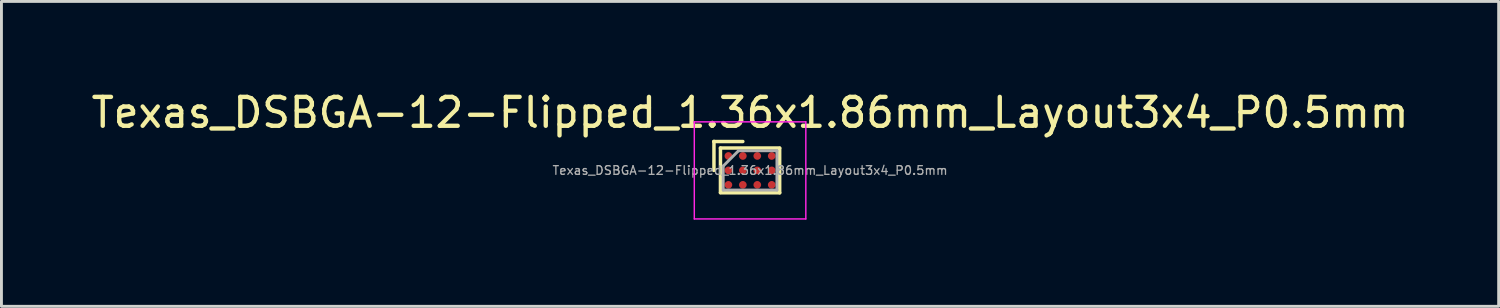
<source format=kicad_pcb>
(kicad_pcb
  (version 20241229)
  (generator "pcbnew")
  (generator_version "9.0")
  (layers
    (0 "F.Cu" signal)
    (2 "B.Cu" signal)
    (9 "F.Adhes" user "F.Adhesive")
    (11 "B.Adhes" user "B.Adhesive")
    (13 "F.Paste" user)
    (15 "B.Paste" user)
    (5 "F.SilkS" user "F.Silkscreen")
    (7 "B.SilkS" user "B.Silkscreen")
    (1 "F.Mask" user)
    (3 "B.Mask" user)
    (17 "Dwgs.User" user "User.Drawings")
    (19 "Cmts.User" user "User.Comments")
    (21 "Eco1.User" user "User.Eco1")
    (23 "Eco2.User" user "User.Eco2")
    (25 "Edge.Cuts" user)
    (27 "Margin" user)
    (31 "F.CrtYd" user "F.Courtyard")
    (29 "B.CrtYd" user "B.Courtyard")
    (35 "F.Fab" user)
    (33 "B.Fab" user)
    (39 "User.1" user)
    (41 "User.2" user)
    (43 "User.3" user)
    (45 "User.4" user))
  (footprint "Texas_DSBGA-12-Flipped_1.36x1.86mm_Layout3x4_P0.5mm"
    (layer "F.Cu")
    (at 22.911 2.848)
    (property "Reference" "Texas_DSBGA-12-Flipped_1.36x1.86mm_Layout3x4_P0.5mm" (at 0 -2 0) (layer "F.SilkS") (effects (font (size 1 1) (thickness 0.15))))
    (attr smd)
    (fp_line (start -1.25 -1) (end -1.25 -1) (stroke (width 0.12) (type solid)) (layer "F.SilkS"))
    (fp_line (start -1.25 -1) (end -0.25 -1) (stroke (width 0.12) (type solid)) (layer "F.SilkS"))
    (fp_line (start -1.25 0) (end -1.25 -1) (stroke (width 0.12) (type solid)) (layer "F.SilkS"))
    (fp_line (start -1.025 -0.775) (end -1.025 0.765) (stroke (width 0.12) (type solid)) (layer "F.SilkS"))
    (fp_line (start -1.025 -0.775) (end 1.025 -0.775) (stroke (width 0.12) (type solid)) (layer "F.SilkS"))
    (fp_line (start 1.025 -0.765) (end 1.025 0.775) (stroke (width 0.12) (type solid)) (layer "F.SilkS"))
    (fp_line (start 1.025 0.775) (end -1.025 0.775) (stroke (width 0.12) (type solid)) (layer "F.SilkS"))
    (fp_line (start -1.93 -1.68) (end -1.93 1.68) (stroke (width 0.05) (type solid)) (layer "F.CrtYd"))
    (fp_line (start -1.93 1.68) (end 1.93 1.68) (stroke (width 0.05) (type solid)) (layer "F.CrtYd"))
    (fp_line (start 1.93 -1.68) (end -1.93 -1.68) (stroke (width 0.05) (type solid)) (layer "F.CrtYd"))
    (fp_line (start 1.93 -1.68) (end 1.93 1.68) (stroke (width 0.05) (type solid)) (layer "F.CrtYd"))
    (fp_line (start -0.93 0.68) (end -0.93 -0.15) (stroke (width 0.1) (type solid)) (layer "F.Fab"))
    (fp_line (start -0.4 -0.68) (end -0.93 -0.15) (stroke (width 0.1) (type solid)) (layer "F.Fab"))
    (fp_line (start 0.93 -0.68) (end -0.4 -0.68) (stroke (width 0.1) (type solid)) (layer "F.Fab"))
    (fp_line (start 0.93 -0.68) (end 0.93 0.68) (stroke (width 0.1) (type solid)) (layer "F.Fab"))
    (fp_line (start 0.93 0.68) (end -0.93 0.68) (stroke (width 0.1) (type solid)) (layer "F.Fab"))
    (fp_text user "${REFERENCE}" (at 0 0 0) (layer "F.Fab") (effects (font (size 0.3 0.3) (thickness 0.045))))
    (pad "" smd rect (at -0.75 -0.5 90) (size 0.3 0.3) (layers "F.Paste"))
    (pad "" smd rect (at -0.75 0 90) (size 0.3 0.3) (layers "F.Paste"))
    (pad "" smd rect (at -0.75 0.5 90) (size 0.3 0.3) (layers "F.Paste"))
    (pad "" smd rect (at -0.25 -0.5 90) (size 0.3 0.3) (layers "F.Paste"))
    (pad "" smd rect (at -0.25 0 90) (size 0.3 0.3) (layers "F.Paste"))
    (pad "" smd rect (at -0.25 0.5 90) (size 0.3 0.3) (layers "F.Paste"))
    (pad "" smd rect (at 0.25 -0.5 90) (size 0.3 0.3) (layers "F.Paste"))
    (pad "" smd rect (at 0.25 0 90) (size 0.3 0.3) (layers "F.Paste"))
    (pad "" smd rect (at 0.25 0.5 90) (size 0.3 0.3) (layers "F.Paste"))
    (pad "" smd rect (at 0.75 -0.5 90) (size 0.3 0.3) (layers "F.Paste"))
    (pad "" smd rect (at 0.75 0 90) (size 0.3 0.3) (layers "F.Paste"))
    (pad "" smd rect (at 0.75 0.5 90) (size 0.3 0.3) (layers "F.Paste"))
    (pad "A1" smd circle (at -0.75 -0.5 90) (size 0.265 0.265) (layers "F.Cu" "F.Mask"))
    (pad "A2" smd circle (at -0.25 -0.5 90) (size 0.265 0.265) (layers "F.Cu" "F.Mask"))
    (pad "A3" smd circle (at 0.25 -0.5 90) (size 0.265 0.265) (layers "F.Cu" "F.Mask"))
    (pad "A4" smd circle (at 0.75 -0.5 90) (size 0.265 0.265) (layers "F.Cu" "F.Mask"))
    (pad "B1" smd circle (at -0.75 0 90) (size 0.265 0.265) (layers "F.Cu" "F.Mask"))
    (pad "B2" smd circle (at -0.25 0 90) (size 0.265 0.265) (layers "F.Cu" "F.Mask"))
    (pad "B3" smd circle (at 0.25 0 90) (size 0.265 0.265) (layers "F.Cu" "F.Mask"))
    (pad "B4" smd circle (at 0.75 0 90) (size 0.265 0.265) (layers "F.Cu" "F.Mask"))
    (pad "C1" smd circle (at -0.75 0.5 90) (size 0.265 0.265) (layers "F.Cu" "F.Mask"))
    (pad "C2" smd circle (at -0.25 0.5 90) (size 0.265 0.265) (layers "F.Cu" "F.Mask"))
    (pad "C3" smd circle (at 0.25 0.5 90) (size 0.265 0.265) (layers "F.Cu" "F.Mask"))
    (pad "C4" smd circle (at 0.75 0.5 90) (size 0.265 0.265) (layers "F.Cu" "F.Mask")))
  (gr_rect
    (start -3 -3)
    (end 48.821 7.553)
    (stroke (width 0.1) (type default))
    (fill no)
    (layer "Edge.Cuts")))
</source>
